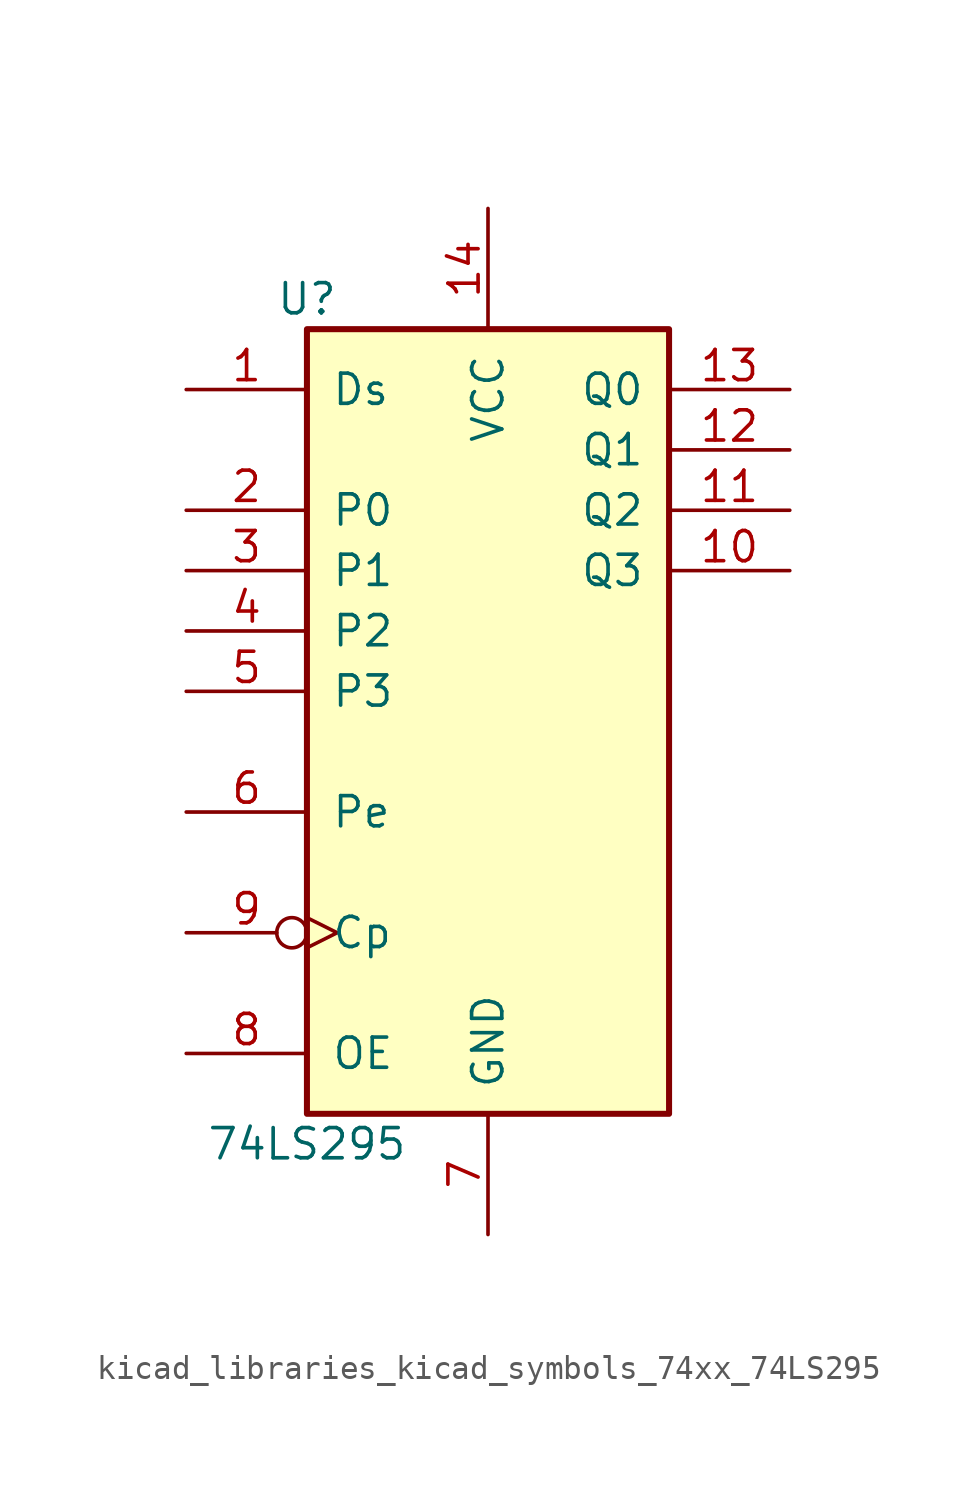
<source format=kicad_sym>
(kicad_symbol_lib
  (version 20220914)
  (generator kicad_symbol_editor)
  (symbol "kicad_libraries_kicad_symbols_74xx_74LS295"
    (pin_names
      (offset 1.016))
    (property "Reference" "U"
      (at -7.62 16.51 0)
      (effects (font (size 1.27 1.27))))
    (property "Value" "74LS295"
      (at -7.62 -19.05 0)
      (effects (font (size 1.27 1.27))))
    (property "ki_locked" ""
      (at 0 0 0)
      (effects (font (size 1.27 1.27))))
    (symbol "kicad_libraries_kicad_symbols_74xx_74LS295_1_0"
      (pin input line (at -12.7 12.7 0) (length 5.08) (name "Ds" (effects (font (size 1.27 1.27)))) (number "1" (effects (font (size 1.27 1.27)))))
      (pin output line (at 12.7 5.08 180) (length 5.08) (name "Q3" (effects (font (size 1.27 1.27)))) (number "10" (effects (font (size 1.27 1.27)))))
      (pin output line (at 12.7 7.62 180) (length 5.08) (name "Q2" (effects (font (size 1.27 1.27)))) (number "11" (effects (font (size 1.27 1.27)))))
      (pin output line (at 12.7 10.16 180) (length 5.08) (name "Q1" (effects (font (size 1.27 1.27)))) (number "12" (effects (font (size 1.27 1.27)))))
      (pin output line (at 12.7 12.7 180) (length 5.08) (name "Q0" (effects (font (size 1.27 1.27)))) (number "13" (effects (font (size 1.27 1.27)))))
      (pin power_in line (at 0 20.32 270) (length 5.08) (name "VCC" (effects (font (size 1.27 1.27)))) (number "14" (effects (font (size 1.27 1.27)))))
      (pin input line (at -12.7 7.62 0) (length 5.08) (name "P0" (effects (font (size 1.27 1.27)))) (number "2" (effects (font (size 1.27 1.27)))))
      (pin input line (at -12.7 5.08 0) (length 5.08) (name "P1" (effects (font (size 1.27 1.27)))) (number "3" (effects (font (size 1.27 1.27)))))
      (pin input line (at -12.7 2.54 0) (length 5.08) (name "P2" (effects (font (size 1.27 1.27)))) (number "4" (effects (font (size 1.27 1.27)))))
      (pin input line (at -12.7 0 0) (length 5.08) (name "P3" (effects (font (size 1.27 1.27)))) (number "5" (effects (font (size 1.27 1.27)))))
      (pin input line (at -12.7 -5.08 0) (length 5.08) (name "Pe" (effects (font (size 1.27 1.27)))) (number "6" (effects (font (size 1.27 1.27)))))
      (pin power_in line (at 0 -22.86 90) (length 5.08) (name "GND" (effects (font (size 1.27 1.27)))) (number "7" (effects (font (size 1.27 1.27)))))
      (pin input line (at -12.7 -15.24 0) (length 5.08) (name "OE" (effects (font (size 1.27 1.27)))) (number "8" (effects (font (size 1.27 1.27)))))
      (pin input inverted_clock (at -12.7 -10.16 0) (length 5.08) (name "Cp" (effects (font (size 1.27 1.27)))) (number "9" (effects (font (size 1.27 1.27))))))
    (symbol "kicad_libraries_kicad_symbols_74xx_74LS295_1_1"
      (rectangle (start -7.62 15.24) (end 7.62 -17.78) (stroke (width 0.254) (type default)) (fill (type background))))))
</source>
